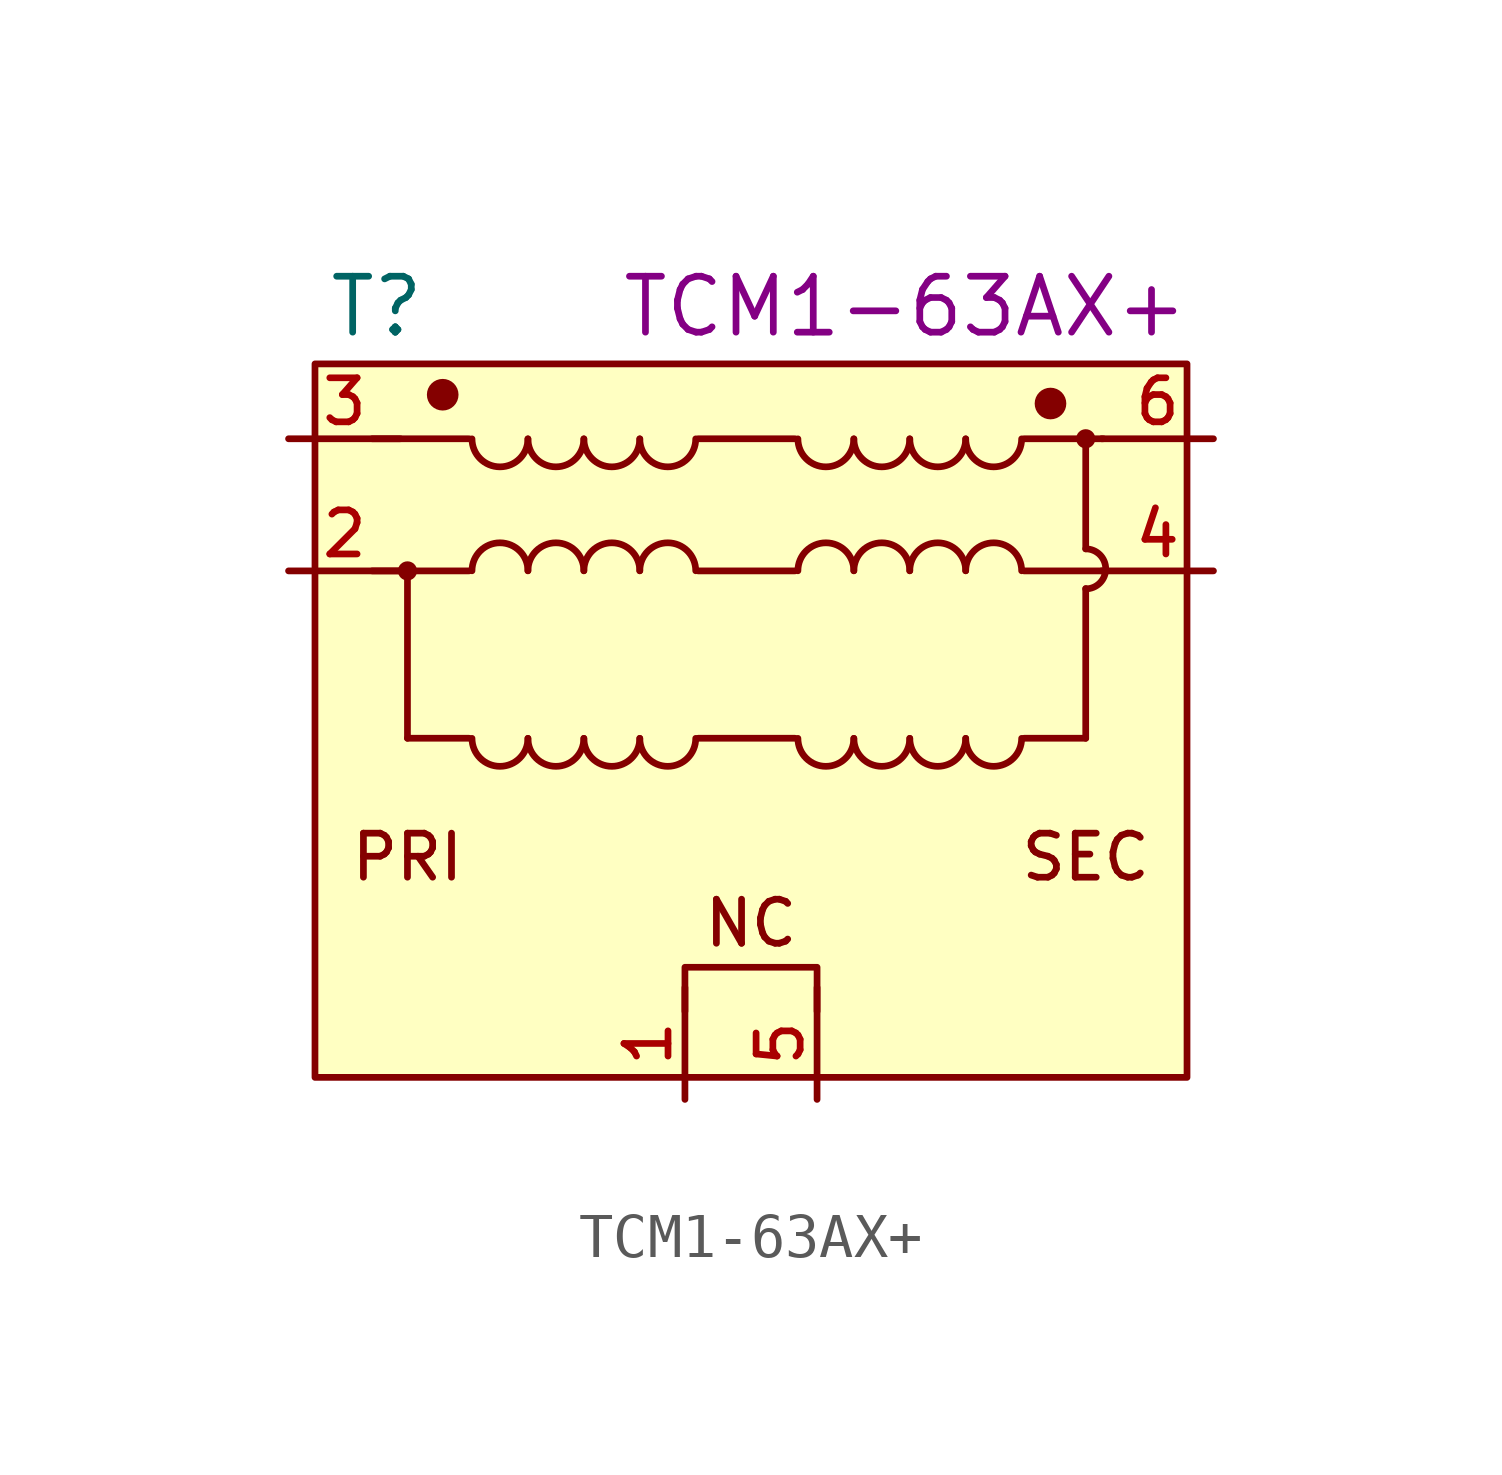
<source format=kicad_sym>
(kicad_symbol_lib
  (version 20241209)
  (generator "kicad_symbol_editor")
  (generator_version "9.0")
  (symbol "TCM1-63AX+"
    (pin_names
      (offset 0)
      (hide yes))
    (property "Reference" "T"
      (at 2 3 0)
      (effects (font (size 1.27 1.27))))
    (property "Part#" "TCM1-63AX+"
      (at 14 3 0)
      (effects (font (size 1.27 1.27))))
    (symbol "TCM1-63AX+_0_1"
      (polyline (pts (xy 2.7 -6.8) (xy 2.7 -3)) (stroke (width 0) (type default)) (fill (type none)))
      (polyline (pts (xy 2.7 -6.8) (xy 4.1 -6.8)) (stroke (width 0) (type default)) (fill (type none)))
      (polyline (pts (xy 4.1 0) (xy 1.9 0)) (stroke (width 0) (type default)) (fill (type none)))
      (polyline (pts (xy 4.1 -3) (xy 1.9 -3)) (stroke (width 0) (type default)) (fill (type none)))
      (arc (start 5.435 -0.0027) (mid 4.8 -0.635) (end 4.165 -0.0027) (stroke (width 0) (type default)) (fill (type none)))
      (arc (start 4.165 -2.9973) (mid 4.8 -2.365) (end 5.435 -2.9973) (stroke (width 0) (type default)) (fill (type none)))
      (arc (start 5.435 -6.8027) (mid 4.8 -7.435) (end 4.165 -6.8027) (stroke (width 0) (type default)) (fill (type none)))
      (arc (start 6.705 -0.0027) (mid 6.07 -0.635) (end 5.435 -0.0027) (stroke (width 0) (type default)) (fill (type none)))
      (arc (start 5.435 -2.9973) (mid 6.07 -2.365) (end 6.705 -2.9973) (stroke (width 0) (type default)) (fill (type none)))
      (arc (start 6.705 -6.8027) (mid 6.07 -7.435) (end 5.435 -6.8027) (stroke (width 0) (type default)) (fill (type none)))
      (arc (start 7.975 -0.0027) (mid 7.34 -0.635) (end 6.705 -0.0027) (stroke (width 0) (type default)) (fill (type none)))
      (arc (start 6.705 -2.9973) (mid 7.34 -2.365) (end 7.975 -2.9973) (stroke (width 0) (type default)) (fill (type none)))
      (arc (start 7.975 -6.8027) (mid 7.34 -7.435) (end 6.705 -6.8027) (stroke (width 0) (type default)) (fill (type none)))
      (arc (start 9.245 -0.0027) (mid 8.61 -0.635) (end 7.975 -0.0027) (stroke (width 0) (type default)) (fill (type none)))
      (arc (start 7.975 -2.9973) (mid 8.61 -2.365) (end 9.245 -2.9973) (stroke (width 0) (type default)) (fill (type none)))
      (arc (start 9.245 -6.8027) (mid 8.61 -7.435) (end 7.975 -6.8027) (stroke (width 0) (type default)) (fill (type none)))
      (polyline (pts (xy 11.5 0) (xy 9.3 0)) (stroke (width 0) (type default)) (fill (type none)))
      (polyline (pts (xy 11.5 -3) (xy 9.3 -3)) (stroke (width 0) (type default)) (fill (type none)))
      (polyline (pts (xy 11.5 -6.8) (xy 9.3 -6.8)) (stroke (width 0) (type default)) (fill (type none)))
      (arc (start 12.835 -0.0027) (mid 12.2 -0.635) (end 11.565 -0.0027) (stroke (width 0) (type default)) (fill (type none)))
      (arc (start 11.565 -2.9973) (mid 12.2 -2.365) (end 12.835 -2.9973) (stroke (width 0) (type default)) (fill (type none)))
      (arc (start 12.835 -6.8027) (mid 12.2 -7.435) (end 11.565 -6.8027) (stroke (width 0) (type default)) (fill (type none)))
      (arc (start 14.105 -0.0027) (mid 13.47 -0.635) (end 12.835 -0.0027) (stroke (width 0) (type default)) (fill (type none)))
      (arc (start 12.835 -2.9973) (mid 13.47 -2.365) (end 14.105 -2.9973) (stroke (width 0) (type default)) (fill (type none)))
      (arc (start 14.105 -6.8027) (mid 13.47 -7.435) (end 12.835 -6.8027) (stroke (width 0) (type default)) (fill (type none)))
      (arc (start 15.375 -0.0027) (mid 14.74 -0.635) (end 14.105 -0.0027) (stroke (width 0) (type default)) (fill (type none)))
      (arc (start 14.105 -2.9973) (mid 14.74 -2.365) (end 15.375 -2.9973) (stroke (width 0) (type default)) (fill (type none)))
      (arc (start 15.375 -6.8027) (mid 14.74 -7.435) (end 14.105 -6.8027) (stroke (width 0) (type default)) (fill (type none)))
      (arc (start 16.645 -0.0027) (mid 16.01 -0.635) (end 15.375 -0.0027) (stroke (width 0) (type default)) (fill (type none)))
      (arc (start 15.375 -2.9973) (mid 16.01 -2.365) (end 16.645 -2.9973) (stroke (width 0) (type default)) (fill (type none)))
      (arc (start 16.645 -6.8027) (mid 16.01 -7.435) (end 15.375 -6.8027) (stroke (width 0) (type default)) (fill (type none)))
      (polyline (pts (xy 16.7 -6.8) (xy 18.1 -6.8)) (stroke (width 0) (type default)) (fill (type none)))
      (polyline (pts (xy 18.1 -2.5) (xy 18.1 0)) (stroke (width 0) (type default)) (fill (type none)))
      (arc (start 18.1 -2.5) (mid 18.55 -2.95) (end 18.1 -3.4) (stroke (width 0) (type default)) (fill (type none)))
      (polyline (pts (xy 18.1 -6.8) (xy 18.1 -3.4)) (stroke (width 0) (type default)) (fill (type none)))
      (polyline (pts (xy 18.5 0) (xy 16.7 0)) (stroke (width 0) (type default)) (fill (type none)))
      (polyline (pts (xy 18.5 -3) (xy 16.7 -3)) (stroke (width 0) (type default)) (fill (type none)))
      (pin unspecified line (at 9 -15 90) (length 2.54) (name "NOT_USED" (effects (font (size 1 1)))) (number "1" (effects (font (size 1 1)))))
      (pin unspecified line (at 12 -15 90) (length 2.54) (name "NOT_USED" (effects (font (size 1 1)))) (number "5" (effects (font (size 1 1)))))
      (pin unspecified line (at 21 0 180) (length 2.54) (name "SECONDARY-DOT" (effects (font (size 1 1)))) (number "6" (effects (font (size 1 1)))))
      (pin unspecified line (at 21 -3 180) (length 2.54) (name "SECONDARY" (effects (font (size 1 1)))) (number "4" (effects (font (size 1 1))))))
    (symbol "TCM1-63AX+_1_1"
      (rectangle (start 0.6 1.7) (end 20.4 -14.5) (stroke (width 0) (type solid)) (fill (type background)))
      (circle (center 2.7 -3) (radius 0.141) (stroke (width 0) (type solid)) (fill (type outline)))
      (circle (center 3.5 1) (radius 0.283) (stroke (width 0) (type solid)) (fill (type outline)))
      (polyline (pts (xy 9 -13) (xy 9 -12) (xy 12 -12) (xy 12 -13)) (stroke (width 0) (type default)) (fill (type none)))
      (circle (center 17.3 0.8) (radius 0.283) (stroke (width 0) (type solid)) (fill (type outline)))
      (circle (center 18.1 0) (radius 0.141) (stroke (width 0) (type solid)) (fill (type outline)))
      (text "PRI" (at 2.7 -9.5 0) (effects (font (size 1 1))))
      (text "NC" (at 10.5 -11 0) (effects (font (size 1 1))))
      (text "SEC" (at 18.1 -9.5 0) (effects (font (size 1 1))))
      (pin unspecified line (at 0 0 0) (length 2.54) (name "PRIMARY_DOT" (effects (font (size 1 1)))) (number "3" (effects (font (size 1 1)))))
      (pin unspecified line (at 0 -3 0) (length 2.54) (name "PRIMARY" (effects (font (size 1 1)))) (number "2" (effects (font (size 1 1))))))))
</source>
